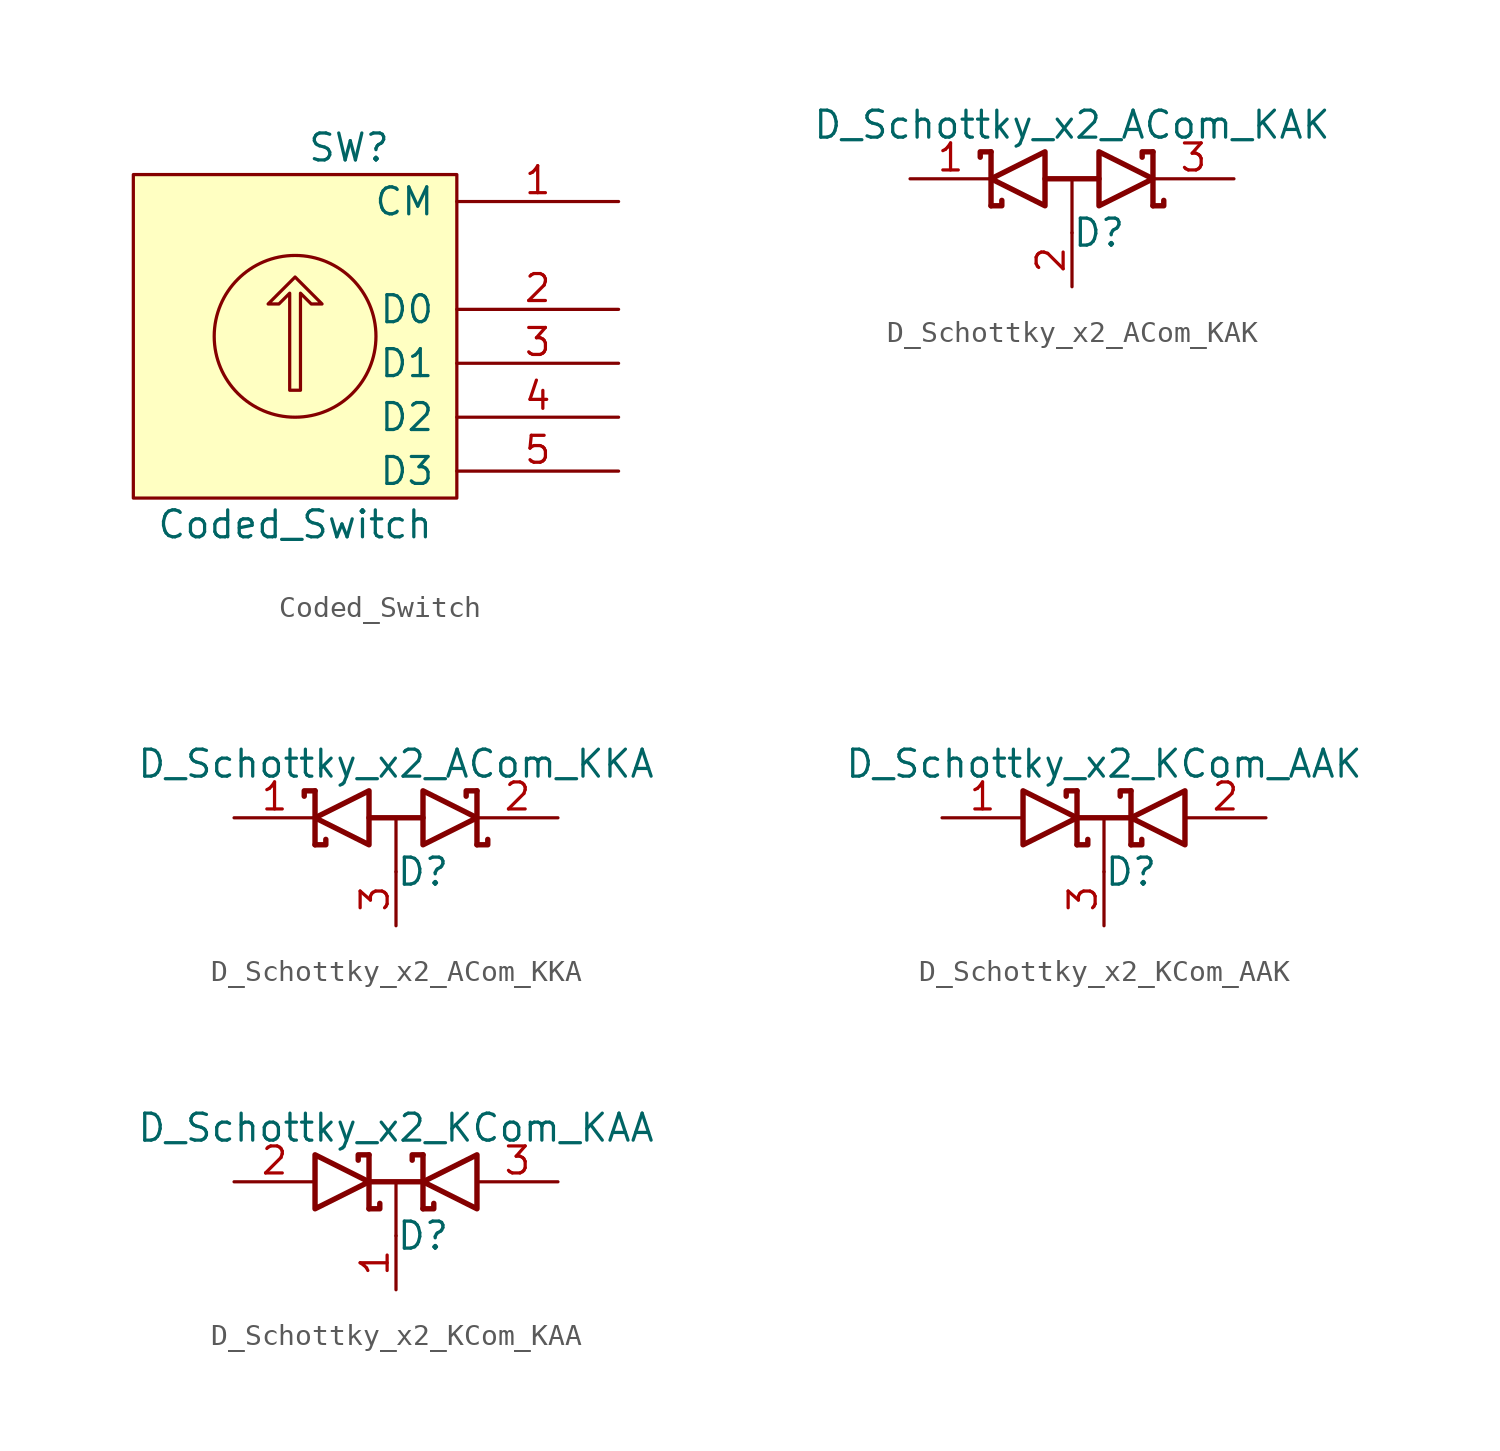
<source format=kicad_sym>
(kicad_symbol_lib
  (version 20211014)
  (generator kicad_symbol_editor)
  (symbol "Coded_Switch"
    (pin_names
      (offset 1.016))
    (property "Reference" "SW"
      (at 2.54 8.89 0)
      (effects (font (size 1.27 1.27))))
    (property "Value" "Coded_Switch"
      (at 0 -8.865 0)
      (effects (font (size 1.27 1.27))))
    (property "Footprint" ""
      (at 0 0 0)
      (effects (font (size 1.524 1.524))))
    (property "Datasheet" ""
      (at 0 0 0)
      (effects (font (size 1.524 1.524))))
    (symbol "Coded_Switch_0_1"
      (polyline (pts (xy -0.254 -2.54) (xy -0.254 2.032) (xy -0.762 1.524) (xy -1.27 1.524) (xy 0 2.794) (xy 1.27 1.524) (xy 0.762 1.524) (xy 0.254 2.032) (xy 0.254 -2.54) (xy -0.254 -2.54) (xy -0.254 -2.54)) (stroke (width 0) (type default) (color 0 0 0 0)) (fill (type none)))
      (circle (center 0 0) (radius 3.81) (stroke (width 0) (type default) (color 0 0 0 0)) (fill (type none)))
      (rectangle (start 7.62 7.62) (end -7.62 -7.62) (stroke (width 0) (type default) (color 0 0 0 0)) (fill (type background))))
    (symbol "Coded_Switch_1_1"
      (pin passive line (at 15.24 6.35 180) (length 7.62) (name "CM" (effects (font (size 1.27 1.27)))) (number "1" (effects (font (size 1.27 1.27)))))
      (pin passive line (at 15.24 1.27 180) (length 7.62) (name "D0" (effects (font (size 1.27 1.27)))) (number "2" (effects (font (size 1.27 1.27)))))
      (pin passive line (at 15.24 -1.27 180) (length 7.62) (name "D1" (effects (font (size 1.27 1.27)))) (number "3" (effects (font (size 1.27 1.27)))))
      (pin passive line (at 15.24 -3.81 180) (length 7.62) (name "D2" (effects (font (size 1.27 1.27)))) (number "4" (effects (font (size 1.27 1.27)))))
      (pin passive line (at 15.24 -6.35 180) (length 7.62) (name "D3" (effects (font (size 1.27 1.27)))) (number "5" (effects (font (size 1.27 1.27)))))))
  (symbol "D_Schottky_x2_ACom_KAK"
    (pin_names
      (offset 0.762) hide)
    (property "Reference" "D"
      (at 1.27 -2.54 0)
      (effects (font (size 1.27 1.27))))
    (property "Value" "D_Schottky_x2_ACom_KAK"
      (at 0 2.54 0)
      (effects (font (size 1.27 1.27))))
    (property "Footprint" ""
      (at 0 0 0)
      (effects (font (size 1.524 1.524))))
    (property "Datasheet" ""
      (at 0 0 0)
      (effects (font (size 1.524 1.524))))
    (symbol "D_Schottky_x2_ACom_KAK_0_1"
      (polyline (pts (xy 0 0) (xy 0 -2.54)) (stroke (width 0) (type default) (color 0 0 0 0)) (fill (type none)))
      (polyline (pts (xy -3.81 1.27) (xy -3.81 -1.27) (xy -3.81 -1.27)) (stroke (width 0.254) (type default) (color 0 0 0 0)) (fill (type none)))
      (polyline (pts (xy -1.27 0) (xy 1.27 0) (xy 1.27 0)) (stroke (width 0.254) (type default) (color 0 0 0 0)) (fill (type none)))
      (polyline (pts (xy 3.81 1.27) (xy 3.81 -1.27) (xy 3.81 -1.27)) (stroke (width 0.254) (type default) (color 0 0 0 0)) (fill (type none)))
      (polyline (pts (xy -3.81 1.27) (xy -4.318 1.27) (xy -4.318 1.016) (xy -4.318 1.016)) (stroke (width 0.254) (type default) (color 0 0 0 0)) (fill (type none)))
      (polyline (pts (xy 3.81 -1.27) (xy 4.318 -1.27) (xy 4.318 -1.016) (xy 4.318 -1.016)) (stroke (width 0.254) (type default) (color 0 0 0 0)) (fill (type none)))
      (polyline (pts (xy 3.81 1.27) (xy 3.302 1.27) (xy 3.302 1.016) (xy 3.302 1.016)) (stroke (width 0.254) (type default) (color 0 0 0 0)) (fill (type none)))
      (polyline (pts (xy -3.302 -1.016) (xy -3.302 -1.27) (xy -3.81 -1.27) (xy -3.81 -1.27) (xy -3.81 -1.27)) (stroke (width 0.254) (type default) (color 0 0 0 0)) (fill (type none)))
      (polyline (pts (xy -1.27 -1.27) (xy -3.81 0) (xy -1.27 1.27) (xy -1.27 -1.27) (xy -1.27 -1.27) (xy -1.27 -1.27)) (stroke (width 0.254) (type default) (color 0 0 0 0)) (fill (type none)))
      (polyline (pts (xy 1.27 1.27) (xy 3.81 0) (xy 1.27 -1.27) (xy 1.27 1.27) (xy 1.27 1.27) (xy 1.27 1.27)) (stroke (width 0.254) (type default) (color 0 0 0 0)) (fill (type none)))
      (pin passive line (at -7.62 0 0) (length 3.81) (name "K" (effects (font (size 1.27 1.27)))) (number "1" (effects (font (size 1.27 1.27)))))
      (pin passive line (at 0 -5.08 90) (length 2.54) (name "A" (effects (font (size 1.27 1.27)))) (number "2" (effects (font (size 1.27 1.27)))))
      (pin passive line (at 7.62 0 180) (length 3.81) (name "K" (effects (font (size 1.27 1.27)))) (number "3" (effects (font (size 1.27 1.27)))))))
  (symbol "D_Schottky_x2_ACom_KKA"
    (pin_names
      (offset 0.762) hide)
    (property "Reference" "D"
      (at 1.27 -2.54 0)
      (effects (font (size 1.27 1.27))))
    (property "Value" "D_Schottky_x2_ACom_KKA"
      (at 0 2.54 0)
      (effects (font (size 1.27 1.27))))
    (property "Footprint" ""
      (at 0 0 0)
      (effects (font (size 1.524 1.524))))
    (property "Datasheet" ""
      (at 0 0 0)
      (effects (font (size 1.524 1.524))))
    (symbol "D_Schottky_x2_ACom_KKA_0_1"
      (polyline (pts (xy 0 0) (xy 0 -2.54)) (stroke (width 0) (type default) (color 0 0 0 0)) (fill (type none)))
      (polyline (pts (xy -3.81 1.27) (xy -3.81 -1.27) (xy -3.81 -1.27)) (stroke (width 0.254) (type default) (color 0 0 0 0)) (fill (type none)))
      (polyline (pts (xy -1.27 0) (xy 1.27 0) (xy 1.27 0)) (stroke (width 0.254) (type default) (color 0 0 0 0)) (fill (type none)))
      (polyline (pts (xy 3.81 1.27) (xy 3.81 -1.27) (xy 3.81 -1.27)) (stroke (width 0.254) (type default) (color 0 0 0 0)) (fill (type none)))
      (polyline (pts (xy -3.81 1.27) (xy -4.318 1.27) (xy -4.318 1.016) (xy -4.318 1.016)) (stroke (width 0.254) (type default) (color 0 0 0 0)) (fill (type none)))
      (polyline (pts (xy 3.81 -1.27) (xy 4.318 -1.27) (xy 4.318 -1.016) (xy 4.318 -1.016)) (stroke (width 0.254) (type default) (color 0 0 0 0)) (fill (type none)))
      (polyline (pts (xy 3.81 1.27) (xy 3.302 1.27) (xy 3.302 1.016) (xy 3.302 1.016)) (stroke (width 0.254) (type default) (color 0 0 0 0)) (fill (type none)))
      (polyline (pts (xy -3.302 -1.016) (xy -3.302 -1.27) (xy -3.81 -1.27) (xy -3.81 -1.27) (xy -3.81 -1.27)) (stroke (width 0.254) (type default) (color 0 0 0 0)) (fill (type none)))
      (polyline (pts (xy -1.27 -1.27) (xy -3.81 0) (xy -1.27 1.27) (xy -1.27 -1.27) (xy -1.27 -1.27) (xy -1.27 -1.27)) (stroke (width 0.254) (type default) (color 0 0 0 0)) (fill (type none)))
      (polyline (pts (xy 1.27 1.27) (xy 3.81 0) (xy 1.27 -1.27) (xy 1.27 1.27) (xy 1.27 1.27) (xy 1.27 1.27)) (stroke (width 0.254) (type default) (color 0 0 0 0)) (fill (type none)))
      (pin passive line (at -7.62 0 0) (length 3.81) (name "K" (effects (font (size 1.27 1.27)))) (number "1" (effects (font (size 1.27 1.27)))))
      (pin passive line (at 7.62 0 180) (length 3.81) (name "K" (effects (font (size 1.27 1.27)))) (number "2" (effects (font (size 1.27 1.27)))))
      (pin passive line (at 0 -5.08 90) (length 2.54) (name "A" (effects (font (size 1.27 1.27)))) (number "3" (effects (font (size 1.27 1.27)))))))
  (symbol "D_Schottky_x2_KCom_AAK"
    (pin_names
      (offset 0.762) hide)
    (property "Reference" "D"
      (at 1.27 -2.54 0)
      (effects (font (size 1.27 1.27))))
    (property "Value" "D_Schottky_x2_KCom_AAK"
      (at 0 2.54 0)
      (effects (font (size 1.27 1.27))))
    (property "Footprint" ""
      (at 0 0 0)
      (effects (font (size 1.524 1.524))))
    (property "Datasheet" ""
      (at 0 0 0)
      (effects (font (size 1.524 1.524))))
    (symbol "D_Schottky_x2_KCom_AAK_0_1"
      (polyline (pts (xy 0 0) (xy 0 -2.54)) (stroke (width 0) (type default) (color 0 0 0 0)) (fill (type none)))
      (polyline (pts (xy -1.27 -1.27) (xy -1.27 1.27) (xy -1.27 1.27)) (stroke (width 0.254) (type default) (color 0 0 0 0)) (fill (type none)))
      (polyline (pts (xy -1.27 0) (xy 1.27 0) (xy 1.27 0)) (stroke (width 0.254) (type default) (color 0 0 0 0)) (fill (type none)))
      (polyline (pts (xy 1.27 -1.27) (xy 1.27 1.27) (xy 1.27 1.27)) (stroke (width 0.254) (type default) (color 0 0 0 0)) (fill (type none)))
      (polyline (pts (xy -1.27 -1.27) (xy -0.762 -1.27) (xy -0.762 -1.016) (xy -0.762 -1.016)) (stroke (width 0.254) (type default) (color 0 0 0 0)) (fill (type none)))
      (polyline (pts (xy 1.27 -1.27) (xy 1.778 -1.27) (xy 1.778 -1.016) (xy 1.778 -1.016)) (stroke (width 0.254) (type default) (color 0 0 0 0)) (fill (type none)))
      (polyline (pts (xy 1.27 1.27) (xy 0.762 1.27) (xy 0.762 1.016) (xy 0.762 1.016)) (stroke (width 0.254) (type default) (color 0 0 0 0)) (fill (type none)))
      (polyline (pts (xy -1.778 1.016) (xy -1.778 1.27) (xy -1.27 1.27) (xy -1.27 1.27) (xy -1.27 1.27)) (stroke (width 0.254) (type default) (color 0 0 0 0)) (fill (type none)))
      (polyline (pts (xy -3.81 1.27) (xy -1.27 0) (xy -3.81 -1.27) (xy -3.81 1.27) (xy -3.81 1.27) (xy -3.81 1.27)) (stroke (width 0.254) (type default) (color 0 0 0 0)) (fill (type none)))
      (polyline (pts (xy 3.81 -1.27) (xy 1.27 0) (xy 3.81 1.27) (xy 3.81 -1.27) (xy 3.81 -1.27) (xy 3.81 -1.27)) (stroke (width 0.254) (type default) (color 0 0 0 0)) (fill (type none)))
      (pin passive line (at -7.62 0 0) (length 3.81) (name "A" (effects (font (size 1.27 1.27)))) (number "1" (effects (font (size 1.27 1.27)))))
      (pin passive line (at 7.62 0 180) (length 3.81) (name "A" (effects (font (size 1.27 1.27)))) (number "2" (effects (font (size 1.27 1.27)))))
      (pin passive line (at 0 -5.08 90) (length 2.54) (name "K" (effects (font (size 1.27 1.27)))) (number "3" (effects (font (size 1.27 1.27)))))))
  (symbol "D_Schottky_x2_KCom_KAA"
    (pin_names
      (offset 0.762) hide)
    (property "Reference" "D"
      (at 1.27 -2.54 0)
      (effects (font (size 1.27 1.27))))
    (property "Value" "D_Schottky_x2_KCom_KAA"
      (at 0 2.54 0)
      (effects (font (size 1.27 1.27))))
    (property "Footprint" ""
      (at 0 0 0)
      (effects (font (size 1.524 1.524))))
    (property "Datasheet" ""
      (at 0 0 0)
      (effects (font (size 1.524 1.524))))
    (symbol "D_Schottky_x2_KCom_KAA_0_1"
      (polyline (pts (xy 0 0) (xy 0 -2.54)) (stroke (width 0) (type default) (color 0 0 0 0)) (fill (type none)))
      (polyline (pts (xy -1.27 -1.27) (xy -1.27 1.27) (xy -1.27 1.27)) (stroke (width 0.254) (type default) (color 0 0 0 0)) (fill (type none)))
      (polyline (pts (xy -1.27 0) (xy 1.27 0) (xy 1.27 0)) (stroke (width 0.254) (type default) (color 0 0 0 0)) (fill (type none)))
      (polyline (pts (xy 1.27 -1.27) (xy 1.27 1.27) (xy 1.27 1.27)) (stroke (width 0.254) (type default) (color 0 0 0 0)) (fill (type none)))
      (polyline (pts (xy -1.27 -1.27) (xy -0.762 -1.27) (xy -0.762 -1.016) (xy -0.762 -1.016)) (stroke (width 0.254) (type default) (color 0 0 0 0)) (fill (type none)))
      (polyline (pts (xy 1.27 -1.27) (xy 1.778 -1.27) (xy 1.778 -1.016) (xy 1.778 -1.016)) (stroke (width 0.254) (type default) (color 0 0 0 0)) (fill (type none)))
      (polyline (pts (xy 1.27 1.27) (xy 0.762 1.27) (xy 0.762 1.016) (xy 0.762 1.016)) (stroke (width 0.254) (type default) (color 0 0 0 0)) (fill (type none)))
      (polyline (pts (xy -1.778 1.016) (xy -1.778 1.27) (xy -1.27 1.27) (xy -1.27 1.27) (xy -1.27 1.27)) (stroke (width 0.254) (type default) (color 0 0 0 0)) (fill (type none)))
      (polyline (pts (xy -3.81 1.27) (xy -1.27 0) (xy -3.81 -1.27) (xy -3.81 1.27) (xy -3.81 1.27) (xy -3.81 1.27)) (stroke (width 0.254) (type default) (color 0 0 0 0)) (fill (type none)))
      (polyline (pts (xy 3.81 -1.27) (xy 1.27 0) (xy 3.81 1.27) (xy 3.81 -1.27) (xy 3.81 -1.27) (xy 3.81 -1.27)) (stroke (width 0.254) (type default) (color 0 0 0 0)) (fill (type none)))
      (pin passive line (at 0 -5.08 90) (length 2.54) (name "K" (effects (font (size 1.27 1.27)))) (number "1" (effects (font (size 1.27 1.27)))))
      (pin passive line (at -7.62 0 0) (length 3.81) (name "A" (effects (font (size 1.27 1.27)))) (number "2" (effects (font (size 1.27 1.27)))))
      (pin passive line (at 7.62 0 180) (length 3.81) (name "A" (effects (font (size 1.27 1.27)))) (number "3" (effects (font (size 1.27 1.27))))))))
</source>
